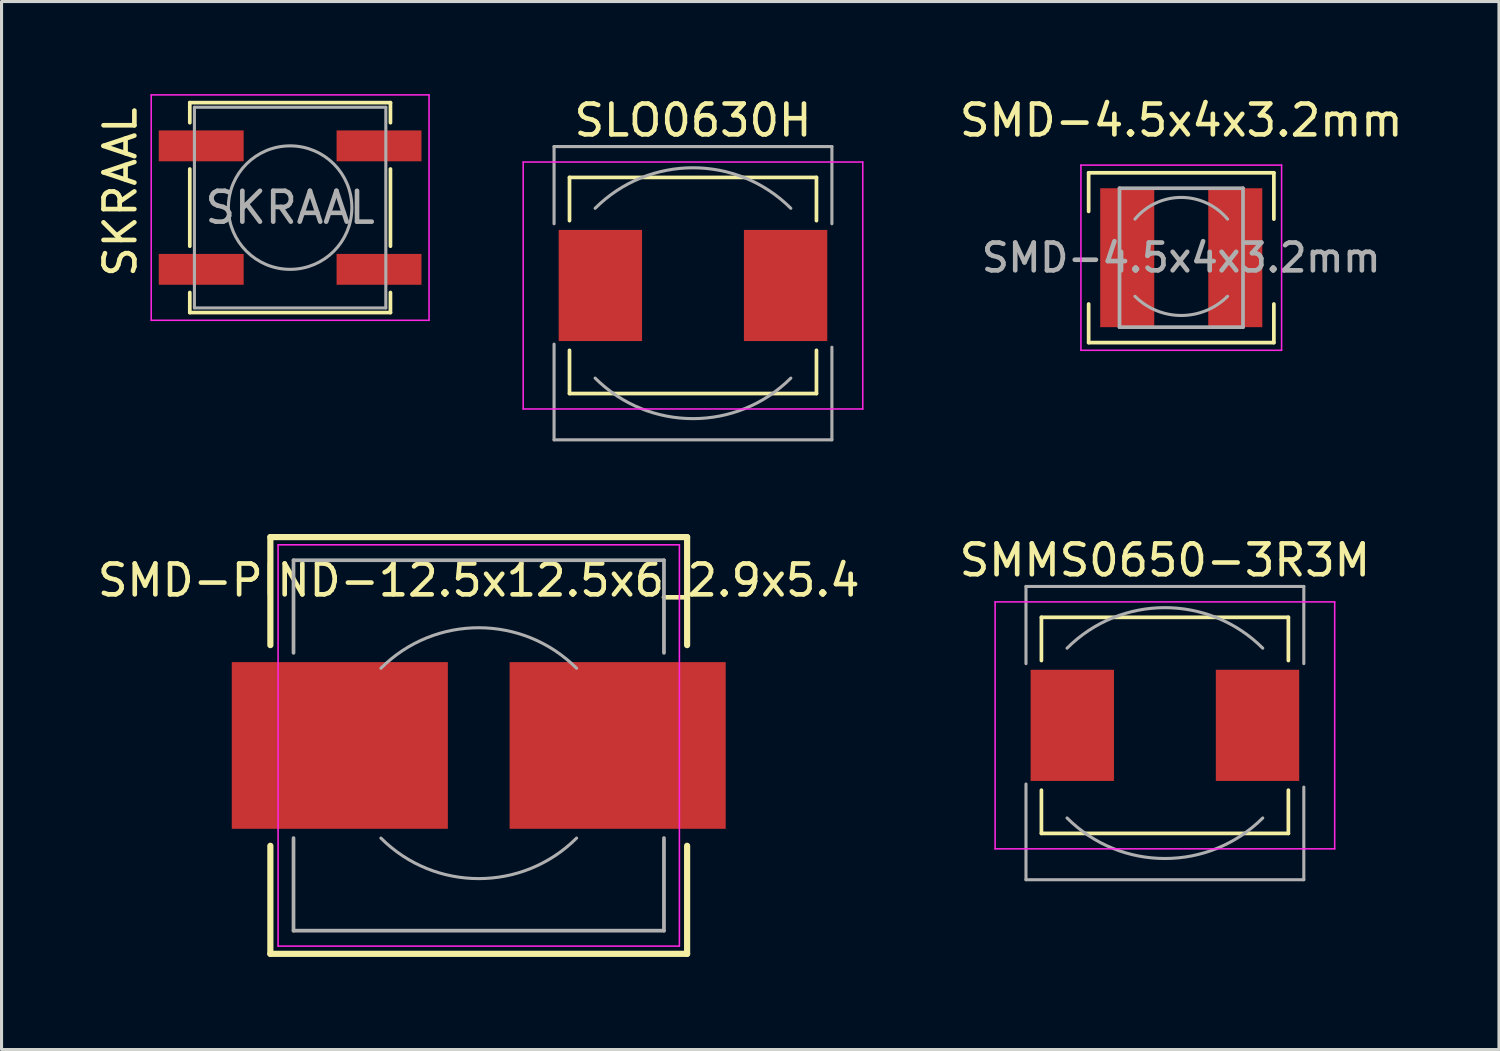
<source format=kicad_pcb>
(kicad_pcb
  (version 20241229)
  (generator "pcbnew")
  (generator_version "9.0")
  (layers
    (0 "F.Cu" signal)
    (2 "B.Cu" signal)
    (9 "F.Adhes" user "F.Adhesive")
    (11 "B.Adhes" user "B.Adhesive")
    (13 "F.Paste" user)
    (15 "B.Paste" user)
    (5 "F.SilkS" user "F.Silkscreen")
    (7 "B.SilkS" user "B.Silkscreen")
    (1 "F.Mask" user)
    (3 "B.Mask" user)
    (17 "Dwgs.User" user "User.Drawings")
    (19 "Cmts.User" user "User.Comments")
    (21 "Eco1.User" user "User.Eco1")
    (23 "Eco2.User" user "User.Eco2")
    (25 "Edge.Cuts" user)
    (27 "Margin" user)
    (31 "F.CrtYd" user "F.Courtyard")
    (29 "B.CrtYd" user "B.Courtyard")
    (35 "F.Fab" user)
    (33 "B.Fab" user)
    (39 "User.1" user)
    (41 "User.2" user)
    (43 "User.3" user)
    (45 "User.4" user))
  (footprint "SMMS0650-3R3M"
    (layer "F.Cu")
    (at 34.685 20.447)
    (property "Reference" "SMMS0650-3R3M" (at 0 -5.35 0) (layer "F.SilkS") (effects (font (size 1 1) (thickness 0.15))))
    (attr smd)
    (fp_line (start -4 -3.5) (end 4 -3.5) (stroke (width 0.12) (type solid)) (layer "F.SilkS"))
    (fp_line (start -4 -2.1) (end -4 -3.5) (stroke (width 0.12) (type solid)) (layer "F.SilkS"))
    (fp_line (start -4 3.5) (end -4 2.1) (stroke (width 0.12) (type solid)) (layer "F.SilkS"))
    (fp_line (start 4 -3.5) (end 4 -2.1) (stroke (width 0.12) (type solid)) (layer "F.SilkS"))
    (fp_line (start 4 2.1) (end 4 3.5) (stroke (width 0.12) (type solid)) (layer "F.SilkS"))
    (fp_line (start 4 3.5) (end -4 3.5) (stroke (width 0.12) (type solid)) (layer "F.SilkS"))
    (fp_line (start -5.5 -4) (end -5.5 4) (stroke (width 0.05) (type solid)) (layer "F.CrtYd"))
    (fp_line (start -5.5 4) (end 5.5 4) (stroke (width 0.05) (type solid)) (layer "F.CrtYd"))
    (fp_line (start 5.5 -4) (end -5.5 -4) (stroke (width 0.05) (type solid)) (layer "F.CrtYd"))
    (fp_line (start 5.5 4) (end 5.5 -4) (stroke (width 0.05) (type solid)) (layer "F.CrtYd"))
    (fp_line (start -4.5 -4.5) (end -4.5 -2) (stroke (width 0.1) (type solid)) (layer "F.Fab"))
    (fp_line (start -4.5 -4.5) (end 4.5 -4.5) (stroke (width 0.1) (type solid)) (layer "F.Fab"))
    (fp_line (start -4.5 5) (end -4.5 1.9) (stroke (width 0.1) (type solid)) (layer "F.Fab"))
    (fp_line (start -4.5 5) (end 4.5 5) (stroke (width 0.1) (type solid)) (layer "F.Fab"))
    (fp_line (start 4.5 -4.5) (end 4.5 -2) (stroke (width 0.1) (type solid)) (layer "F.Fab"))
    (fp_line (start 4.5 5) (end 4.5 2) (stroke (width 0.1) (type solid)) (layer "F.Fab"))
    (fp_arc (start -3.17 -2.5) (mid 0 -3.813057) (end 3.17 -2.5) (stroke (width 0.1) (type solid)) (layer "F.Fab"))
    (fp_arc (start 3.17 3) (mid 0 4.313057) (end -3.17 3) (stroke (width 0.1) (type solid)) (layer "F.Fab"))
    (pad "1" smd rect (at -3 0) (size 2.7 3.6) (layers "F.Cu" "F.Mask" "F.Paste"))
    (pad "2" smd rect (at 3 0) (size 2.7 3.6) (layers "F.Cu" "F.Mask" "F.Paste")))
  (footprint "SMD-4.5x4x3.2mm"
    (layer "F.Cu")
    (at 35.215 5.298)
    (property "Reference" "SMD-4.5x4x3.2mm" (at 0 -4.45 0) (layer "F.SilkS") (effects (font (size 1 1) (thickness 0.15))))
    (attr smd)
    (fp_line (start -3 -2.75) (end 3 -2.75) (stroke (width 0.12) (type solid)) (layer "F.SilkS"))
    (fp_line (start -3 -1.5) (end -3 -2.75) (stroke (width 0.12) (type solid)) (layer "F.SilkS"))
    (fp_line (start -3 2.75) (end -3 1.5) (stroke (width 0.12) (type solid)) (layer "F.SilkS"))
    (fp_line (start 3 -2.75) (end 3 -1.25) (stroke (width 0.12) (type solid)) (layer "F.SilkS"))
    (fp_line (start 3 1.5) (end 3 2.75) (stroke (width 0.12) (type solid)) (layer "F.SilkS"))
    (fp_line (start 3 2.75) (end -3 2.75) (stroke (width 0.12) (type solid)) (layer "F.SilkS"))
    (fp_line (start -3.25 -3) (end -3.25 3) (stroke (width 0.05) (type solid)) (layer "F.CrtYd"))
    (fp_line (start -3.25 3) (end 3.25 3) (stroke (width 0.05) (type solid)) (layer "F.CrtYd"))
    (fp_line (start 3.25 -3) (end -3.25 -3) (stroke (width 0.05) (type solid)) (layer "F.CrtYd"))
    (fp_line (start 3.25 3) (end 3.25 -3) (stroke (width 0.05) (type solid)) (layer "F.CrtYd"))
    (fp_line (start -2 -2.25) (end 2 -2.25) (stroke (width 0.12) (type solid)) (layer "F.Fab"))
    (fp_line (start -2 2.25) (end -2 -2.25) (stroke (width 0.12) (type solid)) (layer "F.Fab"))
    (fp_line (start 2 -2.25) (end 2 2.25) (stroke (width 0.12) (type solid)) (layer "F.Fab"))
    (fp_line (start 2 2.25) (end -2 2.25) (stroke (width 0.12) (type solid)) (layer "F.Fab"))
    (fp_arc (start -1.5 -1.25) (mid 0 -1.952562) (end 1.5 -1.25) (stroke (width 0.1) (type solid)) (layer "F.Fab"))
    (fp_arc (start 1.5 1.25) (mid 0 1.87132) (end -1.5 1.25) (stroke (width 0.1) (type solid)) (layer "F.Fab"))
    (fp_text user "${REFERENCE}" (at 0 0 0) (layer "F.Fab") (effects (font (size 0.9 0.9) (thickness 0.15))))
    (pad "1" smd rect (at -1.75 0) (size 1.75 4.5) (layers "F.Cu" "F.Mask" "F.Paste"))
    (pad "2" smd rect (at 1.75 0) (size 1.75 4.5) (layers "F.Cu" "F.Mask" "F.Paste")))
  (footprint "SLO0630H"
    (layer "F.Cu")
    (at 19.398 6.198)
    (property "Reference" "SLO0630H" (at 0 -5.35 0) (layer "F.SilkS") (effects (font (size 1 1) (thickness 0.15))))
    (attr smd)
    (fp_line (start -4 -3.5) (end 4 -3.5) (stroke (width 0.12) (type solid)) (layer "F.SilkS"))
    (fp_line (start -4 -2.1) (end -4 -3.5) (stroke (width 0.12) (type solid)) (layer "F.SilkS"))
    (fp_line (start -4 3.5) (end -4 2.1) (stroke (width 0.12) (type solid)) (layer "F.SilkS"))
    (fp_line (start 4 -3.5) (end 4 -2.1) (stroke (width 0.12) (type solid)) (layer "F.SilkS"))
    (fp_line (start 4 2.1) (end 4 3.5) (stroke (width 0.12) (type solid)) (layer "F.SilkS"))
    (fp_line (start 4 3.5) (end -4 3.5) (stroke (width 0.12) (type solid)) (layer "F.SilkS"))
    (fp_line (start -5.5 -4) (end -5.5 4) (stroke (width 0.05) (type solid)) (layer "F.CrtYd"))
    (fp_line (start -5.5 4) (end 5.5 4) (stroke (width 0.05) (type solid)) (layer "F.CrtYd"))
    (fp_line (start 5.5 -4) (end -5.5 -4) (stroke (width 0.05) (type solid)) (layer "F.CrtYd"))
    (fp_line (start 5.5 4) (end 5.5 -4) (stroke (width 0.05) (type solid)) (layer "F.CrtYd"))
    (fp_line (start -4.5 -4.5) (end -4.5 -2) (stroke (width 0.1) (type solid)) (layer "F.Fab"))
    (fp_line (start -4.5 -4.5) (end 4.5 -4.5) (stroke (width 0.1) (type solid)) (layer "F.Fab"))
    (fp_line (start -4.5 5) (end -4.5 1.9) (stroke (width 0.1) (type solid)) (layer "F.Fab"))
    (fp_line (start -4.5 5) (end 4.5 5) (stroke (width 0.1) (type solid)) (layer "F.Fab"))
    (fp_line (start 4.5 -4.5) (end 4.5 -2) (stroke (width 0.1) (type solid)) (layer "F.Fab"))
    (fp_line (start 4.5 5) (end 4.5 2) (stroke (width 0.1) (type solid)) (layer "F.Fab"))
    (fp_arc (start -3.17 -2.5) (mid 0 -3.813057) (end 3.17 -2.5) (stroke (width 0.1) (type solid)) (layer "F.Fab"))
    (fp_arc (start 3.17 3) (mid 0 4.313057) (end -3.17 3) (stroke (width 0.1) (type solid)) (layer "F.Fab"))
    (pad "1" smd rect (at -3 0) (size 2.7 3.6) (layers "F.Cu" "F.Mask" "F.Paste"))
    (pad "2" smd rect (at 3 0) (size 2.7 3.6) (layers "F.Cu" "F.Mask" "F.Paste")))
  (footprint "SKRAAL"
    (layer "F.Cu")
    (at 6.348 3.675)
    (property "Reference" "SKRAAL" (at -5.5 -0.5 90) (layer "F.SilkS") (effects (font (size 1 1) (thickness 0.15))))
    (attr smd)
    (fp_line (start -3.25 -3.4) (end -3.25 -2.75) (stroke (width 0.12) (type solid)) (layer "F.SilkS"))
    (fp_line (start -3.25 -1.25) (end -3.25 1.25) (stroke (width 0.12) (type solid)) (layer "F.SilkS"))
    (fp_line (start -3.25 3.4) (end -3.25 2.75) (stroke (width 0.12) (type solid)) (layer "F.SilkS"))
    (fp_line (start 3.25 -3.4) (end -3.25 -3.4) (stroke (width 0.12) (type solid)) (layer "F.SilkS"))
    (fp_line (start 3.25 -2.75) (end 3.25 -3.4) (stroke (width 0.12) (type solid)) (layer "F.SilkS"))
    (fp_line (start 3.25 -1.25) (end 3.25 1.25) (stroke (width 0.12) (type solid)) (layer "F.SilkS"))
    (fp_line (start 3.25 2.75) (end 3.25 3.4) (stroke (width 0.12) (type solid)) (layer "F.SilkS"))
    (fp_line (start 3.25 3.4) (end -3.25 3.4) (stroke (width 0.12) (type solid)) (layer "F.SilkS"))
    (fp_line (start -4.5 -3.65) (end -4.5 3.65) (stroke (width 0.05) (type solid)) (layer "F.CrtYd"))
    (fp_line (start -4.5 3.65) (end 4.5 3.65) (stroke (width 0.05) (type solid)) (layer "F.CrtYd"))
    (fp_line (start 4.5 -3.65) (end -4.5 -3.65) (stroke (width 0.05) (type solid)) (layer "F.CrtYd"))
    (fp_line (start 4.5 3.65) (end 4.5 -3.65) (stroke (width 0.05) (type solid)) (layer "F.CrtYd"))
    (fp_line (start -3.1 -3.25) (end 3.1 -3.25) (stroke (width 0.1) (type solid)) (layer "F.Fab"))
    (fp_line (start -3.1 3.25) (end -3.1 -3.25) (stroke (width 0.1) (type solid)) (layer "F.Fab"))
    (fp_line (start 3.1 -3.25) (end 3.1 3.25) (stroke (width 0.1) (type solid)) (layer "F.Fab"))
    (fp_line (start 3.1 3.25) (end -3.1 3.25) (stroke (width 0.1) (type solid)) (layer "F.Fab"))
    (fp_circle (center 0 0) (end 2 0) (stroke (width 0.1) (type solid)) (fill no) (layer "F.Fab"))
    (fp_text user "${REFERENCE}" (at 0 0 0) (layer "F.Fab") (effects (font (size 1 1) (thickness 0.15))))
    (pad "1" smd rect (at -2.88 -2) (size 2.75 1) (layers "F.Cu" "F.Mask" "F.Paste"))
    (pad "1" smd rect (at 2.88 -2) (size 2.75 1) (layers "F.Cu" "F.Mask" "F.Paste"))
    (pad "2" smd rect (at -2.88 2) (size 2.75 1) (layers "F.Cu" "F.Mask" "F.Paste"))
    (pad "2" smd rect (at 2.88 2) (size 2.75 1) (layers "F.Cu" "F.Mask" "F.Paste")))
  (footprint "SMD-PIND-12.5x12.5x6_2.9x5.4"
    (layer "F.Cu")
    (at 12.458 21.098)
    (property "Reference" "SMD-PIND-12.5x12.5x6_2.9x5.4" (at 0 -5.35 0) (layer "F.SilkS") (effects (font (size 1 1) (thickness 0.15))))
    (attr smd)
    (fp_line (start -6.75 -6.75) (end 6.75 -6.75) (stroke (width 0.2) (type solid)) (layer "F.SilkS"))
    (fp_line (start -6.75 -3.25) (end -6.75 -6.75) (stroke (width 0.2) (type solid)) (layer "F.SilkS"))
    (fp_line (start -6.75 6.75) (end -6.75 3.25) (stroke (width 0.2) (type solid)) (layer "F.SilkS"))
    (fp_line (start 6.75 -3.25) (end 6.75 -6.75) (stroke (width 0.2) (type solid)) (layer "F.SilkS"))
    (fp_line (start 6.75 6.75) (end -6.75 6.75) (stroke (width 0.2) (type solid)) (layer "F.SilkS"))
    (fp_line (start 6.75 6.75) (end 6.75 3.25) (stroke (width 0.2) (type solid)) (layer "F.SilkS"))
    (fp_line (start -6.5 -6.5) (end -6.5 6.5) (stroke (width 0.05) (type solid)) (layer "F.CrtYd"))
    (fp_line (start -6.5 6.5) (end 6.5 6.5) (stroke (width 0.05) (type solid)) (layer "F.CrtYd"))
    (fp_line (start 6.5 -6.5) (end -6.5 -6.5) (stroke (width 0.05) (type solid)) (layer "F.CrtYd"))
    (fp_line (start 6.5 6.5) (end 6.5 -6.5) (stroke (width 0.05) (type solid)) (layer "F.CrtYd"))
    (fp_line (start -6 -6) (end 6 -6) (stroke (width 0.12) (type solid)) (layer "F.Fab"))
    (fp_line (start -6 -3) (end -6 -6) (stroke (width 0.12) (type solid)) (layer "F.Fab"))
    (fp_line (start -6 6) (end -6 3) (stroke (width 0.12) (type solid)) (layer "F.Fab"))
    (fp_line (start 6 -6) (end 6 -3) (stroke (width 0.12) (type solid)) (layer "F.Fab"))
    (fp_line (start 6 3) (end 6 6) (stroke (width 0.12) (type solid)) (layer "F.Fab"))
    (fp_line (start 6 6) (end -6 6) (stroke (width 0.12) (type solid)) (layer "F.Fab"))
    (fp_arc (start -3.17 -2.5) (mid 0 -3.813057) (end 3.17 -2.5) (stroke (width 0.1) (type solid)) (layer "F.Fab"))
    (fp_arc (start 3.17 3) (mid 0 4.313057) (end -3.17 3) (stroke (width 0.1) (type solid)) (layer "F.Fab"))
    (pad "1" smd rect (at -4.5 0) (size 7 5.4) (layers "F.Cu" "F.Mask" "F.Paste"))
    (pad "2" smd rect (at 4.5 0) (size 7 5.4) (layers "F.Cu" "F.Mask" "F.Paste")))
  (gr_rect
    (start -3 -3)
    (end 45.507 30.948)
    (stroke (width 0.1) (type default))
    (fill no)
    (layer "Edge.Cuts")))
</source>
